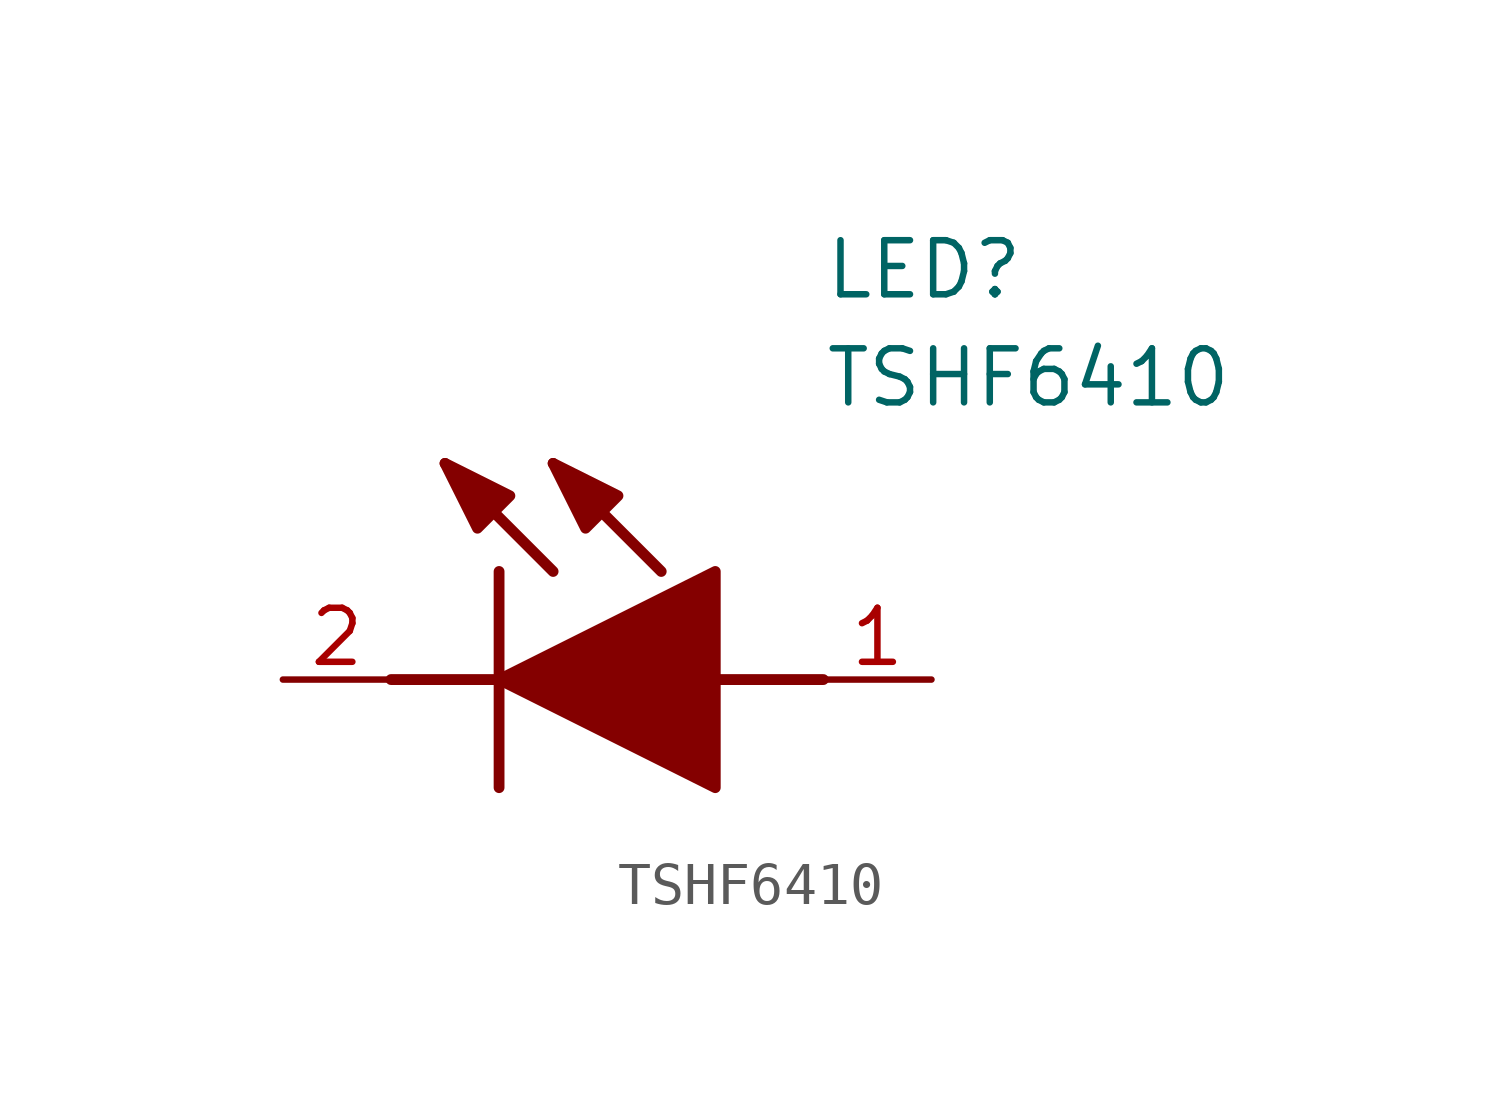
<source format=kicad_sym>
(kicad_symbol_lib
  (version 20211014)
  (generator SamacSys_ECAD_Model)
  (symbol "TSHF6410"
    (pin_names hide)
    (property "Reference" "LED"
      (at 12.7 8.89 0)
      (effects (font (size 1.27 1.27)) (justify left bottom)))
    (property "Value" "TSHF6410"
      (at 12.7 6.35 0)
      (effects (font (size 1.27 1.27)) (justify left bottom)))
    (polyline
      (pts (xy 5.08 2.54) (xy 5.08 -2.54))
      (stroke (width 0.254) (type default))
      (fill (type none)))
    (polyline
      (pts (xy 6.35 2.54) (xy 3.81 5.08))
      (stroke (width 0.254) (type default))
      (fill (type none)))
    (polyline
      (pts (xy 8.89 2.54) (xy 6.35 5.08))
      (stroke (width 0.254) (type default))
      (fill (type none)))
    (polyline
      (pts (xy 2.54 0) (xy 5.08 0))
      (stroke (width 0.254) (type default))
      (fill (type none)))
    (polyline
      (pts (xy 10.16 0) (xy 12.7 0))
      (stroke (width 0.254) (type default))
      (fill (type none)))
    (polyline
      (pts (xy 5.08 0) (xy 10.16 2.54) (xy 10.16 -2.54) (xy 5.08 0))
      (stroke (width 0.254) (type default))
      (fill (type outline)))
    (polyline
      (pts (xy 5.334 4.318) (xy 4.572 3.556) (xy 3.81 5.08) (xy 5.334 4.318))
      (stroke (width 0.254) (type default))
      (fill (type outline)))
    (polyline
      (pts (xy 7.874 4.318) (xy 7.112 3.556) (xy 6.35 5.08) (xy 7.874 4.318))
      (stroke (width 0.254) (type default))
      (fill (type outline)))
    (pin passive line
      (at 0 0 0)
      (length 2.54)
      (name "K" (effects (font (size 1.27 1.27))))
      (number "2" (effects (font (size 1.27 1.27)))))
    (pin passive line
      (at 15.24 0 180)
      (length 2.54)
      (name "A" (effects (font (size 1.27 1.27))))
      (number "1" (effects (font (size 1.27 1.27)))))))
</source>
